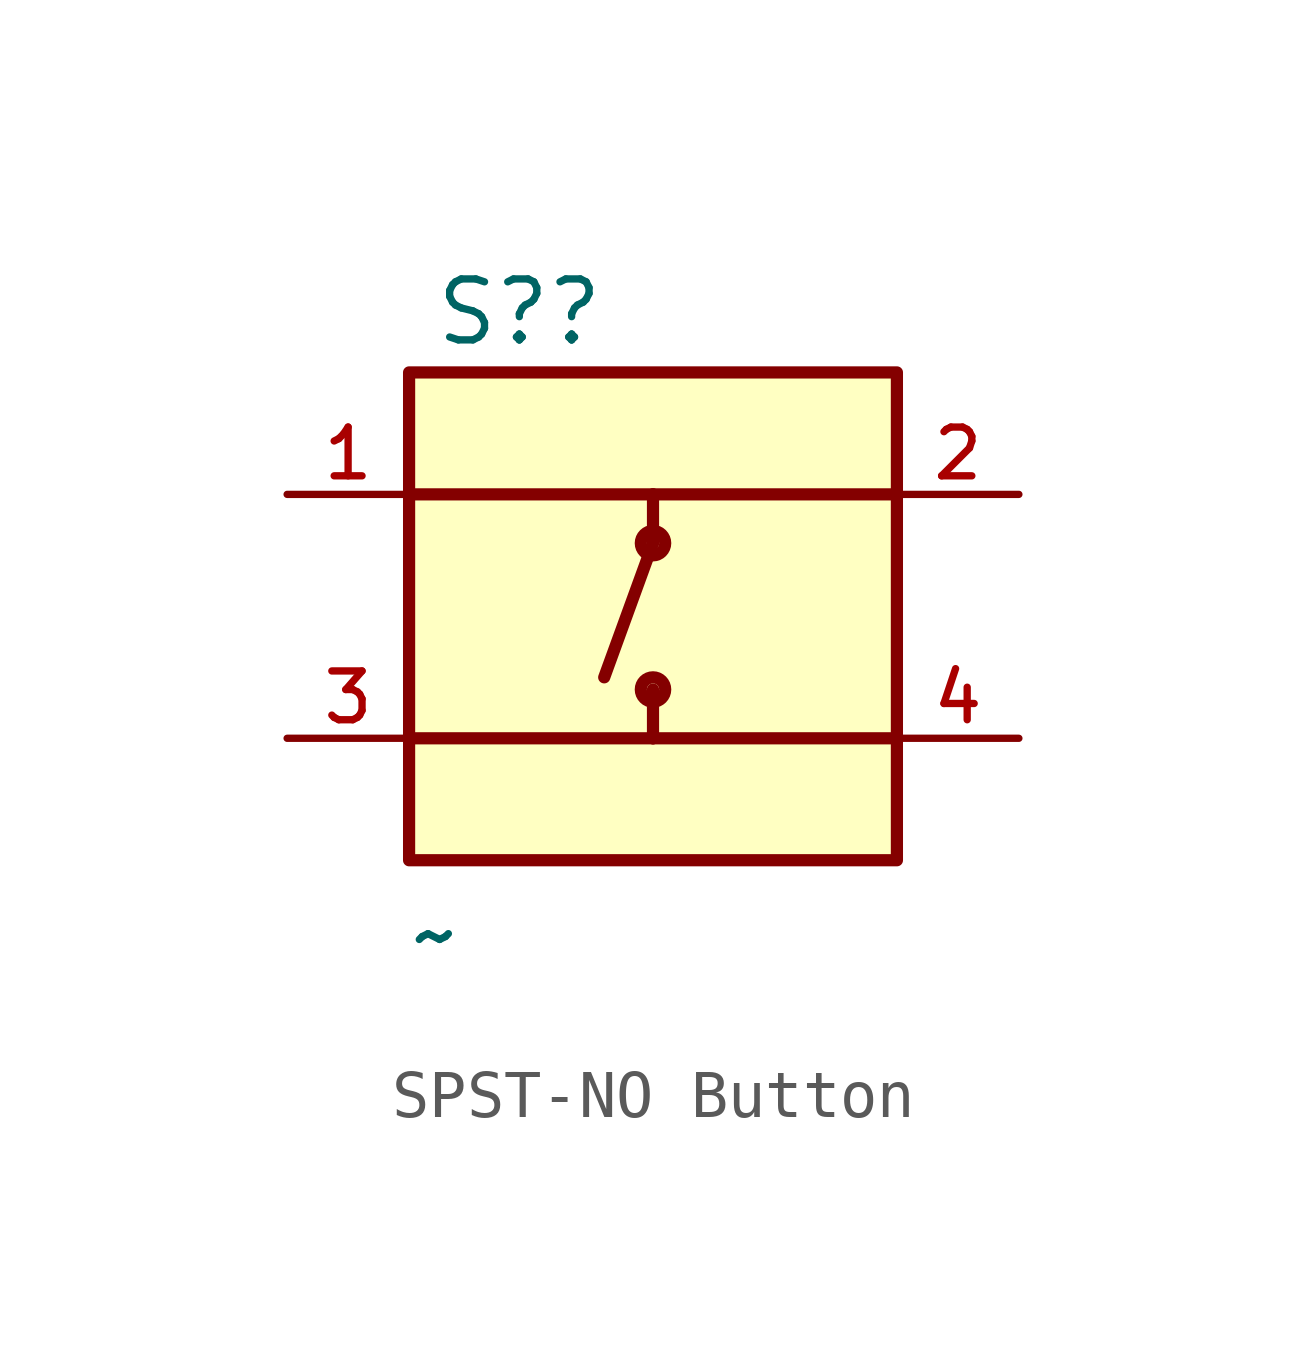
<source format=kicad_sym>
(kicad_symbol_lib
  (version 20220914)
  (generator kicad_symbol_editor)
  (symbol "SPST-NO Button"
    (pin_names
      (offset 1.016))
    (property "Reference" "S?"
      (at -4.577 5.594 0)
      (effects (font (size 1.27 1.27)) (justify left bottom)))
    (property "Value" "~"
      (at -5.088 -7.377 0)
      (effects (font (size 1.27 1.27)) (justify left bottom)))
    (symbol "SPST-NO Button_0_0"
      (rectangle (start -5.08 -5.08) (end 5.08 5.08) (stroke (width 0.254) (type default)) (fill (type background)))
      (circle (center 0 -1.524) (radius 0.254) (stroke (width 0.254) (type default)) (fill (type none)))
      (polyline (pts (xy -5.08 2.54) (xy 0 2.54)) (stroke (width 0.254) (type default)) (fill (type none)))
      (polyline (pts (xy 0 -2.54) (xy -5.08 -2.54)) (stroke (width 0.254) (type default)) (fill (type none)))
      (polyline (pts (xy 0 -2.54) (xy 0 -1.524)) (stroke (width 0.254) (type default)) (fill (type none)))
      (polyline (pts (xy 0 1.524) (xy -1.016 -1.27)) (stroke (width 0.254) (type default)) (fill (type none)))
      (polyline (pts (xy 0 1.524) (xy 0 2.54)) (stroke (width 0.254) (type default)) (fill (type none)))
      (polyline (pts (xy 0 2.54) (xy 5.08 2.54)) (stroke (width 0.254) (type default)) (fill (type none)))
      (polyline (pts (xy 5.08 -2.54) (xy 0 -2.54)) (stroke (width 0.254) (type default)) (fill (type none)))
      (circle (center 0 1.524) (radius 0.254) (stroke (width 0.254) (type default)) (fill (type none)))
      (pin passive line (at -7.62 2.54 0) (length 2.54) (name "~" (effects (font (size 1.016 1.016)))) (number "1" (effects (font (size 1.016 1.016)))))
      (pin passive line (at 7.62 2.54 180) (length 2.54) (name "~" (effects (font (size 1.016 1.016)))) (number "2" (effects (font (size 1.016 1.016)))))
      (pin passive line (at -7.62 -2.54 0) (length 2.54) (name "~" (effects (font (size 1.016 1.016)))) (number "3" (effects (font (size 1.016 1.016)))))
      (pin passive line (at 7.62 -2.54 180) (length 2.54) (name "~" (effects (font (size 1.016 1.016)))) (number "4" (effects (font (size 1.016 1.016))))))))
</source>
